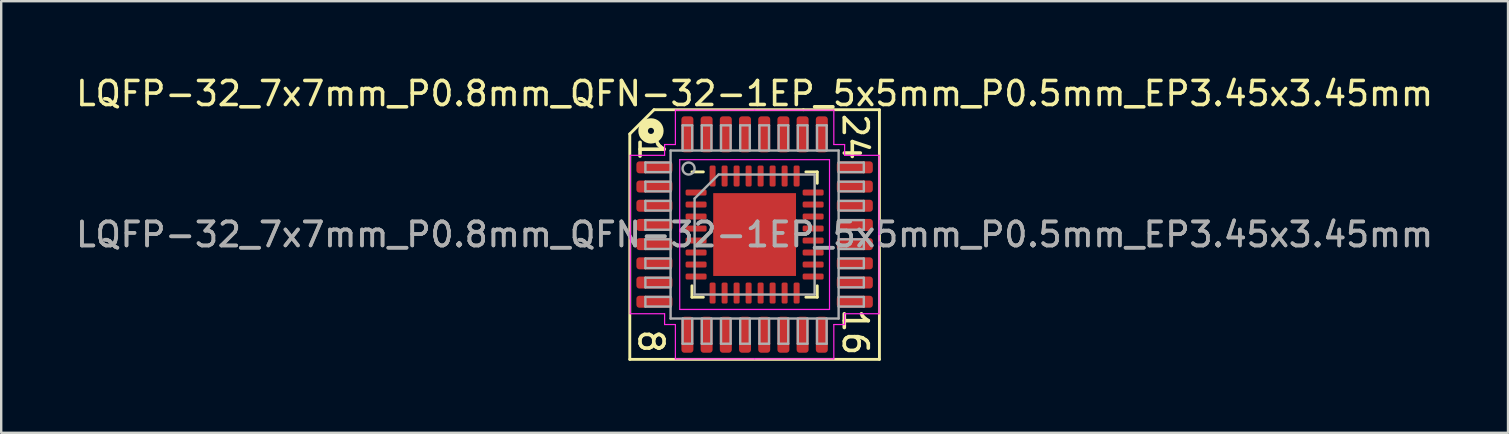
<source format=kicad_pcb>
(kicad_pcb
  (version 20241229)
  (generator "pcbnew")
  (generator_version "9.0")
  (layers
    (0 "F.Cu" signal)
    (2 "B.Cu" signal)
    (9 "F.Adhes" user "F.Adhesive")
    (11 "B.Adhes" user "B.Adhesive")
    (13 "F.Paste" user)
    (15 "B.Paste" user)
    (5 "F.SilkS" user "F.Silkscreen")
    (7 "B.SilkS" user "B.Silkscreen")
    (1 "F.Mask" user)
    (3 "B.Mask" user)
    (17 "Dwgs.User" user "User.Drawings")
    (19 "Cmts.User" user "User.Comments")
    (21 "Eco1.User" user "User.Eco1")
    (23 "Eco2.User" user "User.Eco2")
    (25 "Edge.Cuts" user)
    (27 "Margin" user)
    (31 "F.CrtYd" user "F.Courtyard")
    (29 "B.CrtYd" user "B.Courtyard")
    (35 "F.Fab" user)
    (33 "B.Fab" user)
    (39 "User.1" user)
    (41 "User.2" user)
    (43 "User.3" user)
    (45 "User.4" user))
  (footprint "LQFP-32_7x7mm_P0.8mm_QFN-32-1EP_5x5mm_P0.5mm_EP3.45x3.45mm"
    (layer "F.Cu")
    (at 28.387 6.721)
    (property "Reference" "LQFP-32_7x7mm_P0.8mm_QFN-32-1EP_5x5mm_P0.5mm_EP3.45x3.45mm" (at 0 -5.873 0) (layer "F.SilkS") (effects (font (size 1 1) (thickness 0.15))))
    (attr smd)
    (fp_line (start -5.2 -4.191) (end -5.2 5.2) (stroke (width 0.12) (type solid)) (layer "F.SilkS"))
    (fp_line (start -5.2 5.2) (end 5.2 5.2) (stroke (width 0.12) (type solid)) (layer "F.SilkS"))
    (fp_line (start -4.191 -5.2) (end -5.2 -4.191) (stroke (width 0.12) (type solid)) (layer "F.SilkS"))
    (fp_line (start -2.61 2.61) (end -2.61 2.135) (stroke (width 0.12) (type solid)) (layer "F.SilkS"))
    (fp_line (start -2.135 -2.61) (end -2.61 -2.61) (stroke (width 0.12) (type solid)) (layer "F.SilkS"))
    (fp_line (start -2.135 2.61) (end -2.61 2.61) (stroke (width 0.12) (type solid)) (layer "F.SilkS"))
    (fp_line (start 2.032 -5.2) (end -4.191 -5.2) (stroke (width 0.12) (type solid)) (layer "F.SilkS"))
    (fp_line (start 2.135 -2.61) (end 2.61 -2.61) (stroke (width 0.12) (type solid)) (layer "F.SilkS"))
    (fp_line (start 2.135 2.61) (end 2.61 2.61) (stroke (width 0.12) (type solid)) (layer "F.SilkS"))
    (fp_line (start 2.61 -2.61) (end 2.61 -2.135) (stroke (width 0.12) (type solid)) (layer "F.SilkS"))
    (fp_line (start 2.61 2.61) (end 2.61 2.135) (stroke (width 0.12) (type solid)) (layer "F.SilkS"))
    (fp_line (start 5.2 -5.2) (end 2.032 -5.2) (stroke (width 0.12) (type solid)) (layer "F.SilkS"))
    (fp_line (start 5.2 5.2) (end 5.2 -5.2) (stroke (width 0.12) (type solid)) (layer "F.SilkS"))
    (fp_circle (center -4.318 -4.318) (end -4.191 -4.318) (stroke (width 0.4) (type solid)) (fill no) (layer "F.SilkS"))
    (fp_line (start -5.18 -3.3) (end -5.18 0) (stroke (width 0.05) (type solid)) (layer "F.CrtYd"))
    (fp_line (start -5.18 3.3) (end -5.18 0) (stroke (width 0.05) (type solid)) (layer "F.CrtYd"))
    (fp_line (start -3.75 -3.75) (end -3.75 -3.3) (stroke (width 0.05) (type solid)) (layer "F.CrtYd"))
    (fp_line (start -3.75 -3.3) (end -5.18 -3.3) (stroke (width 0.05) (type solid)) (layer "F.CrtYd"))
    (fp_line (start -3.75 3.3) (end -5.18 3.3) (stroke (width 0.05) (type solid)) (layer "F.CrtYd"))
    (fp_line (start -3.75 3.75) (end -3.75 3.3) (stroke (width 0.05) (type solid)) (layer "F.CrtYd"))
    (fp_line (start -3.3 -5.18) (end -3.3 -3.75) (stroke (width 0.05) (type solid)) (layer "F.CrtYd"))
    (fp_line (start -3.3 -3.75) (end -3.75 -3.75) (stroke (width 0.05) (type solid)) (layer "F.CrtYd"))
    (fp_line (start -3.3 3.75) (end -3.75 3.75) (stroke (width 0.05) (type solid)) (layer "F.CrtYd"))
    (fp_line (start -3.3 5.18) (end -3.3 3.75) (stroke (width 0.05) (type solid)) (layer "F.CrtYd"))
    (fp_line (start -3.12 -3.12) (end -3.12 3.12) (stroke (width 0.05) (type solid)) (layer "F.CrtYd"))
    (fp_line (start -3.12 3.12) (end 3.12 3.12) (stroke (width 0.05) (type solid)) (layer "F.CrtYd"))
    (fp_line (start 0 -5.18) (end -3.3 -5.18) (stroke (width 0.05) (type solid)) (layer "F.CrtYd"))
    (fp_line (start 0 -5.18) (end 3.3 -5.18) (stroke (width 0.05) (type solid)) (layer "F.CrtYd"))
    (fp_line (start 0 5.18) (end -3.3 5.18) (stroke (width 0.05) (type solid)) (layer "F.CrtYd"))
    (fp_line (start 0 5.18) (end 3.3 5.18) (stroke (width 0.05) (type solid)) (layer "F.CrtYd"))
    (fp_line (start 3.12 -3.12) (end -3.12 -3.12) (stroke (width 0.05) (type solid)) (layer "F.CrtYd"))
    (fp_line (start 3.12 3.12) (end 3.12 -3.12) (stroke (width 0.05) (type solid)) (layer "F.CrtYd"))
    (fp_line (start 3.3 -5.18) (end 3.3 -3.75) (stroke (width 0.05) (type solid)) (layer "F.CrtYd"))
    (fp_line (start 3.3 -3.75) (end 3.75 -3.75) (stroke (width 0.05) (type solid)) (layer "F.CrtYd"))
    (fp_line (start 3.3 3.75) (end 3.75 3.75) (stroke (width 0.05) (type solid)) (layer "F.CrtYd"))
    (fp_line (start 3.3 5.18) (end 3.3 3.75) (stroke (width 0.05) (type solid)) (layer "F.CrtYd"))
    (fp_line (start 3.75 -3.75) (end 3.75 -3.3) (stroke (width 0.05) (type solid)) (layer "F.CrtYd"))
    (fp_line (start 3.75 -3.3) (end 5.18 -3.3) (stroke (width 0.05) (type solid)) (layer "F.CrtYd"))
    (fp_line (start 3.75 3.3) (end 5.18 3.3) (stroke (width 0.05) (type solid)) (layer "F.CrtYd"))
    (fp_line (start 3.75 3.75) (end 3.75 3.3) (stroke (width 0.05) (type solid)) (layer "F.CrtYd"))
    (fp_line (start 5.18 -3.3) (end 5.18 0) (stroke (width 0.05) (type solid)) (layer "F.CrtYd"))
    (fp_line (start 5.18 3.3) (end 5.18 0) (stroke (width 0.05) (type solid)) (layer "F.CrtYd"))
    (fp_line (start -4.55 -3) (end -4.55 -2.6) (stroke (width 0.1) (type solid)) (layer "F.Fab"))
    (fp_line (start -4.55 -3) (end -3.5 -3) (stroke (width 0.1) (type solid)) (layer "F.Fab"))
    (fp_line (start -4.55 -2.6) (end -3.5 -2.6) (stroke (width 0.1) (type solid)) (layer "F.Fab"))
    (fp_line (start -4.55 -2.2) (end -4.55 -1.8) (stroke (width 0.1) (type solid)) (layer "F.Fab"))
    (fp_line (start -4.55 -2.2) (end -3.5 -2.2) (stroke (width 0.1) (type solid)) (layer "F.Fab"))
    (fp_line (start -4.55 -1.8) (end -3.5 -1.8) (stroke (width 0.1) (type solid)) (layer "F.Fab"))
    (fp_line (start -4.55 -1.4) (end -4.55 -1) (stroke (width 0.1) (type solid)) (layer "F.Fab"))
    (fp_line (start -4.55 -1.4) (end -3.5 -1.4) (stroke (width 0.1) (type solid)) (layer "F.Fab"))
    (fp_line (start -4.55 -1) (end -3.5 -1) (stroke (width 0.1) (type solid)) (layer "F.Fab"))
    (fp_line (start -4.55 -0.6) (end -4.55 -0.2) (stroke (width 0.1) (type solid)) (layer "F.Fab"))
    (fp_line (start -4.55 -0.6) (end -3.5 -0.6) (stroke (width 0.1) (type solid)) (layer "F.Fab"))
    (fp_line (start -4.55 -0.2) (end -3.5 -0.2) (stroke (width 0.1) (type solid)) (layer "F.Fab"))
    (fp_line (start -4.55 0.2) (end -4.55 0.6) (stroke (width 0.1) (type solid)) (layer "F.Fab"))
    (fp_line (start -4.55 0.2) (end -3.5 0.2) (stroke (width 0.1) (type solid)) (layer "F.Fab"))
    (fp_line (start -4.55 0.6) (end -3.5 0.6) (stroke (width 0.1) (type solid)) (layer "F.Fab"))
    (fp_line (start -4.55 1) (end -4.55 1.4) (stroke (width 0.1) (type solid)) (layer "F.Fab"))
    (fp_line (start -4.55 1) (end -3.5 1) (stroke (width 0.1) (type solid)) (layer "F.Fab"))
    (fp_line (start -4.55 1.4) (end -3.5 1.4) (stroke (width 0.1) (type solid)) (layer "F.Fab"))
    (fp_line (start -4.55 1.8) (end -4.55 2.2) (stroke (width 0.1) (type solid)) (layer "F.Fab"))
    (fp_line (start -4.55 1.8) (end -3.5 1.8) (stroke (width 0.1) (type solid)) (layer "F.Fab"))
    (fp_line (start -4.55 2.2) (end -3.5 2.2) (stroke (width 0.1) (type solid)) (layer "F.Fab"))
    (fp_line (start -4.55 2.6) (end -4.55 3) (stroke (width 0.1) (type solid)) (layer "F.Fab"))
    (fp_line (start -4.55 2.6) (end -3.5 2.6) (stroke (width 0.1) (type solid)) (layer "F.Fab"))
    (fp_line (start -4.55 3) (end -3.5 3) (stroke (width 0.1) (type solid)) (layer "F.Fab"))
    (fp_line (start -3.5 -3.5) (end 3.5 -3.5) (stroke (width 0.1) (type solid)) (layer "F.Fab"))
    (fp_line (start -3.5 3.5) (end -3.5 -3.5) (stroke (width 0.1) (type solid)) (layer "F.Fab"))
    (fp_line (start -3 -4.55) (end -3 -3.5) (stroke (width 0.1) (type solid)) (layer "F.Fab"))
    (fp_line (start -3 4.55) (end -3 3.5) (stroke (width 0.1) (type solid)) (layer "F.Fab"))
    (fp_line (start -3 4.55) (end -2.6 4.55) (stroke (width 0.1) (type solid)) (layer "F.Fab"))
    (fp_line (start -2.6 -4.55) (end -3 -4.55) (stroke (width 0.1) (type solid)) (layer "F.Fab"))
    (fp_line (start -2.6 -4.55) (end -2.6 -3.5) (stroke (width 0.1) (type solid)) (layer "F.Fab"))
    (fp_line (start -2.6 4.55) (end -2.6 3.5) (stroke (width 0.1) (type solid)) (layer "F.Fab"))
    (fp_line (start -2.5 -1.5) (end -1.5 -2.5) (stroke (width 0.1) (type solid)) (layer "F.Fab"))
    (fp_line (start -2.5 2.5) (end -2.5 -1.5) (stroke (width 0.1) (type solid)) (layer "F.Fab"))
    (fp_line (start -2.2 -4.55) (end -2.2 -3.5) (stroke (width 0.1) (type solid)) (layer "F.Fab"))
    (fp_line (start -2.2 4.55) (end -2.2 3.5) (stroke (width 0.1) (type solid)) (layer "F.Fab"))
    (fp_line (start -2.2 4.55) (end -1.8 4.55) (stroke (width 0.1) (type solid)) (layer "F.Fab"))
    (fp_line (start -1.8 -4.55) (end -2.2 -4.55) (stroke (width 0.1) (type solid)) (layer "F.Fab"))
    (fp_line (start -1.8 -4.55) (end -1.8 -3.5) (stroke (width 0.1) (type solid)) (layer "F.Fab"))
    (fp_line (start -1.8 4.55) (end -1.8 3.5) (stroke (width 0.1) (type solid)) (layer "F.Fab"))
    (fp_line (start -1.5 -2.5) (end 2.5 -2.5) (stroke (width 0.1) (type solid)) (layer "F.Fab"))
    (fp_line (start -1.4 -4.55) (end -1.4 -3.5) (stroke (width 0.1) (type solid)) (layer "F.Fab"))
    (fp_line (start -1.4 4.55) (end -1.4 3.5) (stroke (width 0.1) (type solid)) (layer "F.Fab"))
    (fp_line (start -1.4 4.55) (end -1 4.55) (stroke (width 0.1) (type solid)) (layer "F.Fab"))
    (fp_line (start -1 -4.55) (end -1.4 -4.55) (stroke (width 0.1) (type solid)) (layer "F.Fab"))
    (fp_line (start -1 -4.55) (end -1 -3.5) (stroke (width 0.1) (type solid)) (layer "F.Fab"))
    (fp_line (start -1 4.55) (end -1 3.5) (stroke (width 0.1) (type solid)) (layer "F.Fab"))
    (fp_line (start -0.6 -4.55) (end -0.6 -3.5) (stroke (width 0.1) (type solid)) (layer "F.Fab"))
    (fp_line (start -0.6 4.55) (end -0.6 3.5) (stroke (width 0.1) (type solid)) (layer "F.Fab"))
    (fp_line (start -0.6 4.55) (end -0.2 4.55) (stroke (width 0.1) (type solid)) (layer "F.Fab"))
    (fp_line (start -0.2 -4.55) (end -0.6 -4.55) (stroke (width 0.1) (type solid)) (layer "F.Fab"))
    (fp_line (start -0.2 -4.55) (end -0.2 -3.5) (stroke (width 0.1) (type solid)) (layer "F.Fab"))
    (fp_line (start -0.2 4.55) (end -0.2 3.5) (stroke (width 0.1) (type solid)) (layer "F.Fab"))
    (fp_line (start 0.2 -4.55) (end 0.2 -3.5) (stroke (width 0.1) (type solid)) (layer "F.Fab"))
    (fp_line (start 0.2 4.55) (end 0.2 3.5) (stroke (width 0.1) (type solid)) (layer "F.Fab"))
    (fp_line (start 0.2 4.55) (end 0.6 4.55) (stroke (width 0.1) (type solid)) (layer "F.Fab"))
    (fp_line (start 0.6 -4.55) (end 0.2 -4.55) (stroke (width 0.1) (type solid)) (layer "F.Fab"))
    (fp_line (start 0.6 -4.55) (end 0.6 -3.5) (stroke (width 0.1) (type solid)) (layer "F.Fab"))
    (fp_line (start 0.6 4.55) (end 0.6 3.5) (stroke (width 0.1) (type solid)) (layer "F.Fab"))
    (fp_line (start 1 -4.55) (end 1 -3.5) (stroke (width 0.1) (type solid)) (layer "F.Fab"))
    (fp_line (start 1 4.55) (end 1 3.5) (stroke (width 0.1) (type solid)) (layer "F.Fab"))
    (fp_line (start 1 4.55) (end 1.4 4.55) (stroke (width 0.1) (type solid)) (layer "F.Fab"))
    (fp_line (start 1.4 -4.55) (end 1 -4.55) (stroke (width 0.1) (type solid)) (layer "F.Fab"))
    (fp_line (start 1.4 -4.55) (end 1.4 -3.5) (stroke (width 0.1) (type solid)) (layer "F.Fab"))
    (fp_line (start 1.4 4.55) (end 1.4 3.5) (stroke (width 0.1) (type solid)) (layer "F.Fab"))
    (fp_line (start 1.8 -4.55) (end 1.8 -3.5) (stroke (width 0.1) (type solid)) (layer "F.Fab"))
    (fp_line (start 1.8 4.55) (end 1.8 3.5) (stroke (width 0.1) (type solid)) (layer "F.Fab"))
    (fp_line (start 1.8 4.55) (end 2.2 4.55) (stroke (width 0.1) (type solid)) (layer "F.Fab"))
    (fp_line (start 2.2 -4.55) (end 1.8 -4.55) (stroke (width 0.1) (type solid)) (layer "F.Fab"))
    (fp_line (start 2.2 -4.55) (end 2.2 -3.5) (stroke (width 0.1) (type solid)) (layer "F.Fab"))
    (fp_line (start 2.2 4.55) (end 2.2 3.5) (stroke (width 0.1) (type solid)) (layer "F.Fab"))
    (fp_line (start 2.5 -2.5) (end 2.5 2.5) (stroke (width 0.1) (type solid)) (layer "F.Fab"))
    (fp_line (start 2.5 2.5) (end -2.5 2.5) (stroke (width 0.1) (type solid)) (layer "F.Fab"))
    (fp_line (start 2.6 -4.55) (end 2.6 -3.5) (stroke (width 0.1) (type solid)) (layer "F.Fab"))
    (fp_line (start 2.6 4.55) (end 2.6 3.5) (stroke (width 0.1) (type solid)) (layer "F.Fab"))
    (fp_line (start 2.6 4.55) (end 3 4.55) (stroke (width 0.1) (type solid)) (layer "F.Fab"))
    (fp_line (start 3 -4.55) (end 2.6 -4.55) (stroke (width 0.1) (type solid)) (layer "F.Fab"))
    (fp_line (start 3 -4.55) (end 3 -3.5) (stroke (width 0.1) (type solid)) (layer "F.Fab"))
    (fp_line (start 3 4.55) (end 3 3.5) (stroke (width 0.1) (type solid)) (layer "F.Fab"))
    (fp_line (start 3.5 -3.5) (end 3.5 3.5) (stroke (width 0.1) (type solid)) (layer "F.Fab"))
    (fp_line (start 3.5 3.5) (end -3.5 3.5) (stroke (width 0.1) (type solid)) (layer "F.Fab"))
    (fp_line (start 4.55 -3) (end 3.5 -3) (stroke (width 0.1) (type solid)) (layer "F.Fab"))
    (fp_line (start 4.55 -2.6) (end 3.5 -2.6) (stroke (width 0.1) (type solid)) (layer "F.Fab"))
    (fp_line (start 4.55 -2.6) (end 4.55 -3) (stroke (width 0.1) (type solid)) (layer "F.Fab"))
    (fp_line (start 4.55 -2.2) (end 3.5 -2.2) (stroke (width 0.1) (type solid)) (layer "F.Fab"))
    (fp_line (start 4.55 -1.8) (end 3.5 -1.8) (stroke (width 0.1) (type solid)) (layer "F.Fab"))
    (fp_line (start 4.55 -1.8) (end 4.55 -2.2) (stroke (width 0.1) (type solid)) (layer "F.Fab"))
    (fp_line (start 4.55 -1.4) (end 3.5 -1.4) (stroke (width 0.1) (type solid)) (layer "F.Fab"))
    (fp_line (start 4.55 -1) (end 3.5 -1) (stroke (width 0.1) (type solid)) (layer "F.Fab"))
    (fp_line (start 4.55 -1) (end 4.55 -1.4) (stroke (width 0.1) (type solid)) (layer "F.Fab"))
    (fp_line (start 4.55 -0.6) (end 3.5 -0.6) (stroke (width 0.1) (type solid)) (layer "F.Fab"))
    (fp_line (start 4.55 -0.2) (end 3.5 -0.2) (stroke (width 0.1) (type solid)) (layer "F.Fab"))
    (fp_line (start 4.55 -0.2) (end 4.55 -0.6) (stroke (width 0.1) (type solid)) (layer "F.Fab"))
    (fp_line (start 4.55 0.2) (end 3.5 0.2) (stroke (width 0.1) (type solid)) (layer "F.Fab"))
    (fp_line (start 4.55 0.6) (end 3.5 0.6) (stroke (width 0.1) (type solid)) (layer "F.Fab"))
    (fp_line (start 4.55 0.6) (end 4.55 0.2) (stroke (width 0.1) (type solid)) (layer "F.Fab"))
    (fp_line (start 4.55 1) (end 3.5 1) (stroke (width 0.1) (type solid)) (layer "F.Fab"))
    (fp_line (start 4.55 1.4) (end 3.5 1.4) (stroke (width 0.1) (type solid)) (layer "F.Fab"))
    (fp_line (start 4.55 1.4) (end 4.55 1) (stroke (width 0.1) (type solid)) (layer "F.Fab"))
    (fp_line (start 4.55 1.8) (end 3.5 1.8) (stroke (width 0.1) (type solid)) (layer "F.Fab"))
    (fp_line (start 4.55 2.2) (end 3.5 2.2) (stroke (width 0.1) (type solid)) (layer "F.Fab"))
    (fp_line (start 4.55 2.2) (end 4.55 1.8) (stroke (width 0.1) (type solid)) (layer "F.Fab"))
    (fp_line (start 4.55 2.6) (end 3.5 2.6) (stroke (width 0.1) (type solid)) (layer "F.Fab"))
    (fp_line (start 4.55 3) (end 3.5 3) (stroke (width 0.1) (type solid)) (layer "F.Fab"))
    (fp_line (start 4.55 3) (end 4.55 2.6) (stroke (width 0.1) (type solid)) (layer "F.Fab"))
    (fp_circle (center -2.75 -2.75) (end -2.5 -2.75) (stroke (width 0.1) (type solid)) (fill no) (layer "F.Fab"))
    (fp_text user "8" (at -4.318 4.445 270) (unlocked yes) (layer "F.SilkS") (effects (font (size 1 1) (thickness 0.15))))
    (fp_text user "1" (at -4.318 -3.556 270) (unlocked yes) (layer "F.SilkS") (effects (font (size 1 1) (thickness 0.15))))
    (fp_text user "24" (at 4.191 -4.064 270) (unlocked yes) (layer "F.SilkS") (effects (font (size 1 1) (thickness 0.15))))
    (fp_text user "16" (at 4.191 4.064 270) (unlocked yes) (layer "F.SilkS") (effects (font (size 1 1) (thickness 0.15))))
    (fp_text user "${REFERENCE}" (at 0 0 0) (layer "F.Fab") (effects (font (size 1 1) (thickness 0.15))))
    (fp_text user "${REFERENCE}" (at 0 0 0) (layer "F.Fab") (effects (font (size 1 1) (thickness 0.15))))
    (pad "" smd roundrect (at -1.15 -1.15) (size 0.93 0.93) (layers "F.Paste") (roundrect_rratio 0.25))
    (pad "" smd roundrect (at -1.15 0) (size 0.93 0.93) (layers "F.Paste") (roundrect_rratio 0.25))
    (pad "" smd roundrect (at -1.15 1.15) (size 0.93 0.93) (layers "F.Paste") (roundrect_rratio 0.25))
    (pad "" smd roundrect (at 0 -1.15) (size 0.93 0.93) (layers "F.Paste") (roundrect_rratio 0.25))
    (pad "" smd roundrect (at 0 0) (size 0.93 0.93) (layers "F.Paste") (roundrect_rratio 0.25))
    (pad "" smd roundrect (at 0 1.15) (size 0.93 0.93) (layers "F.Paste") (roundrect_rratio 0.25))
    (pad "" smd roundrect (at 1.15 -1.15) (size 0.93 0.93) (layers "F.Paste") (roundrect_rratio 0.25))
    (pad "" smd roundrect (at 1.15 0) (size 0.93 0.93) (layers "F.Paste") (roundrect_rratio 0.25))
    (pad "" smd roundrect (at 1.15 1.15) (size 0.93 0.93) (layers "F.Paste") (roundrect_rratio 0.25))
    (pad "1" smd roundrect (at -4.175 -2.8) (size 1.5 0.5) (layers "F.Cu" "F.Mask" "F.Paste") (roundrect_rratio 0.25))
    (pad "1" smd roundrect (at -2.438 -1.75) (size 0.875 0.25) (layers "F.Cu" "F.Mask" "F.Paste") (roundrect_rratio 0.25))
    (pad "2" smd roundrect (at -4.175 -2) (size 1.5 0.5) (layers "F.Cu" "F.Mask" "F.Paste") (roundrect_rratio 0.25))
    (pad "2" smd roundrect (at -2.438 -1.25) (size 0.875 0.25) (layers "F.Cu" "F.Mask" "F.Paste") (roundrect_rratio 0.25))
    (pad "3" smd roundrect (at -4.175 -1.2) (size 1.5 0.5) (layers "F.Cu" "F.Mask" "F.Paste") (roundrect_rratio 0.25))
    (pad "3" smd roundrect (at -2.438 -0.75) (size 0.875 0.25) (layers "F.Cu" "F.Mask" "F.Paste") (roundrect_rratio 0.25))
    (pad "4" smd roundrect (at -4.175 -0.4) (size 1.5 0.5) (layers "F.Cu" "F.Mask" "F.Paste") (roundrect_rratio 0.25))
    (pad "4" smd roundrect (at -2.438 -0.25) (size 0.875 0.25) (layers "F.Cu" "F.Mask" "F.Paste") (roundrect_rratio 0.25))
    (pad "5" smd roundrect (at -4.175 0.4) (size 1.5 0.5) (layers "F.Cu" "F.Mask" "F.Paste") (roundrect_rratio 0.25))
    (pad "5" smd roundrect (at -2.438 0.25) (size 0.875 0.25) (layers "F.Cu" "F.Mask" "F.Paste") (roundrect_rratio 0.25))
    (pad "6" smd roundrect (at -4.175 1.2) (size 1.5 0.5) (layers "F.Cu" "F.Mask" "F.Paste") (roundrect_rratio 0.25))
    (pad "6" smd roundrect (at -2.438 0.75) (size 0.875 0.25) (layers "F.Cu" "F.Mask" "F.Paste") (roundrect_rratio 0.25))
    (pad "7" smd roundrect (at -4.175 2) (size 1.5 0.5) (layers "F.Cu" "F.Mask" "F.Paste") (roundrect_rratio 0.25))
    (pad "7" smd roundrect (at -2.438 1.25) (size 0.875 0.25) (layers "F.Cu" "F.Mask" "F.Paste") (roundrect_rratio 0.25))
    (pad "8" smd roundrect (at -4.175 2.8) (size 1.5 0.5) (layers "F.Cu" "F.Mask" "F.Paste") (roundrect_rratio 0.25))
    (pad "8" smd roundrect (at -2.438 1.75) (size 0.875 0.25) (layers "F.Cu" "F.Mask" "F.Paste") (roundrect_rratio 0.25))
    (pad "9" smd roundrect (at -2.8 4.175) (size 0.5 1.5) (layers "F.Cu" "F.Mask" "F.Paste") (roundrect_rratio 0.25))
    (pad "9" smd roundrect (at -1.75 2.438) (size 0.25 0.875) (layers "F.Cu" "F.Mask" "F.Paste") (roundrect_rratio 0.25))
    (pad "10" smd roundrect (at -2 4.175) (size 0.5 1.5) (layers "F.Cu" "F.Mask" "F.Paste") (roundrect_rratio 0.25))
    (pad "10" smd roundrect (at -1.25 2.438) (size 0.25 0.875) (layers "F.Cu" "F.Mask" "F.Paste") (roundrect_rratio 0.25))
    (pad "11" smd roundrect (at -1.2 4.175) (size 0.5 1.5) (layers "F.Cu" "F.Mask" "F.Paste") (roundrect_rratio 0.25))
    (pad "11" smd roundrect (at -0.75 2.438) (size 0.25 0.875) (layers "F.Cu" "F.Mask" "F.Paste") (roundrect_rratio 0.25))
    (pad "12" smd roundrect (at -0.4 4.175) (size 0.5 1.5) (layers "F.Cu" "F.Mask" "F.Paste") (roundrect_rratio 0.25))
    (pad "12" smd roundrect (at -0.25 2.438) (size 0.25 0.875) (layers "F.Cu" "F.Mask" "F.Paste") (roundrect_rratio 0.25))
    (pad "13" smd roundrect (at 0.25 2.438) (size 0.25 0.875) (layers "F.Cu" "F.Mask" "F.Paste") (roundrect_rratio 0.25))
    (pad "13" smd roundrect (at 0.4 4.175) (size 0.5 1.5) (layers "F.Cu" "F.Mask" "F.Paste") (roundrect_rratio 0.25))
    (pad "14" smd roundrect (at 0.75 2.438) (size 0.25 0.875) (layers "F.Cu" "F.Mask" "F.Paste") (roundrect_rratio 0.25))
    (pad "14" smd roundrect (at 1.2 4.175) (size 0.5 1.5) (layers "F.Cu" "F.Mask" "F.Paste") (roundrect_rratio 0.25))
    (pad "15" smd roundrect (at 1.25 2.438) (size 0.25 0.875) (layers "F.Cu" "F.Mask" "F.Paste") (roundrect_rratio 0.25))
    (pad "15" smd roundrect (at 2 4.175) (size 0.5 1.5) (layers "F.Cu" "F.Mask" "F.Paste") (roundrect_rratio 0.25))
    (pad "16" smd roundrect (at 1.75 2.438) (size 0.25 0.875) (layers "F.Cu" "F.Mask" "F.Paste") (roundrect_rratio 0.25))
    (pad "16" smd roundrect (at 2.8 4.175) (size 0.5 1.5) (layers "F.Cu" "F.Mask" "F.Paste") (roundrect_rratio 0.25))
    (pad "17" smd roundrect (at 2.438 1.75) (size 0.875 0.25) (layers "F.Cu" "F.Mask" "F.Paste") (roundrect_rratio 0.25))
    (pad "17" smd roundrect (at 4.175 2.8) (size 1.5 0.5) (layers "F.Cu" "F.Mask" "F.Paste") (roundrect_rratio 0.25))
    (pad "18" smd roundrect (at 2.438 1.25) (size 0.875 0.25) (layers "F.Cu" "F.Mask" "F.Paste") (roundrect_rratio 0.25))
    (pad "18" smd roundrect (at 4.175 2) (size 1.5 0.5) (layers "F.Cu" "F.Mask" "F.Paste") (roundrect_rratio 0.25))
    (pad "19" smd roundrect (at 2.438 0.75) (size 0.875 0.25) (layers "F.Cu" "F.Mask" "F.Paste") (roundrect_rratio 0.25))
    (pad "19" smd roundrect (at 4.175 1.2) (size 1.5 0.5) (layers "F.Cu" "F.Mask" "F.Paste") (roundrect_rratio 0.25))
    (pad "20" smd roundrect (at 2.438 0.25) (size 0.875 0.25) (layers "F.Cu" "F.Mask" "F.Paste") (roundrect_rratio 0.25))
    (pad "20" smd roundrect (at 4.175 0.4) (size 1.5 0.5) (layers "F.Cu" "F.Mask" "F.Paste") (roundrect_rratio 0.25))
    (pad "21" smd roundrect (at 2.438 -0.25) (size 0.875 0.25) (layers "F.Cu" "F.Mask" "F.Paste") (roundrect_rratio 0.25))
    (pad "21" smd roundrect (at 4.175 -0.4) (size 1.5 0.5) (layers "F.Cu" "F.Mask" "F.Paste") (roundrect_rratio 0.25))
    (pad "22" smd roundrect (at 2.438 -0.75) (size 0.875 0.25) (layers "F.Cu" "F.Mask" "F.Paste") (roundrect_rratio 0.25))
    (pad "22" smd roundrect (at 4.175 -1.2) (size 1.5 0.5) (layers "F.Cu" "F.Mask" "F.Paste") (roundrect_rratio 0.25))
    (pad "23" smd roundrect (at 2.438 -1.25) (size 0.875 0.25) (layers "F.Cu" "F.Mask" "F.Paste") (roundrect_rratio 0.25))
    (pad "23" smd roundrect (at 4.175 -2) (size 1.5 0.5) (layers "F.Cu" "F.Mask" "F.Paste") (roundrect_rratio 0.25))
    (pad "24" smd roundrect (at 2.438 -1.75) (size 0.875 0.25) (layers "F.Cu" "F.Mask" "F.Paste") (roundrect_rratio 0.25))
    (pad "24" smd roundrect (at 4.175 -2.8) (size 1.5 0.5) (layers "F.Cu" "F.Mask" "F.Paste") (roundrect_rratio 0.25))
    (pad "25" smd roundrect (at 1.75 -2.438) (size 0.25 0.875) (layers "F.Cu" "F.Mask" "F.Paste") (roundrect_rratio 0.25))
    (pad "25" smd roundrect (at 2.8 -4.175) (size 0.5 1.5) (layers "F.Cu" "F.Mask" "F.Paste") (roundrect_rratio 0.25))
    (pad "26" smd roundrect (at 1.25 -2.438) (size 0.25 0.875) (layers "F.Cu" "F.Mask" "F.Paste") (roundrect_rratio 0.25))
    (pad "26" smd roundrect (at 2 -4.175) (size 0.5 1.5) (layers "F.Cu" "F.Mask" "F.Paste") (roundrect_rratio 0.25))
    (pad "27" smd roundrect (at 0.75 -2.438) (size 0.25 0.875) (layers "F.Cu" "F.Mask" "F.Paste") (roundrect_rratio 0.25))
    (pad "27" smd roundrect (at 1.2 -4.175) (size 0.5 1.5) (layers "F.Cu" "F.Mask" "F.Paste") (roundrect_rratio 0.25))
    (pad "28" smd roundrect (at 0.25 -2.438) (size 0.25 0.875) (layers "F.Cu" "F.Mask" "F.Paste") (roundrect_rratio 0.25))
    (pad "28" smd roundrect (at 0.4 -4.175) (size 0.5 1.5) (layers "F.Cu" "F.Mask" "F.Paste") (roundrect_rratio 0.25))
    (pad "29" smd roundrect (at -0.4 -4.175) (size 0.5 1.5) (layers "F.Cu" "F.Mask" "F.Paste") (roundrect_rratio 0.25))
    (pad "29" smd roundrect (at -0.25 -2.438) (size 0.25 0.875) (layers "F.Cu" "F.Mask" "F.Paste") (roundrect_rratio 0.25))
    (pad "30" smd roundrect (at -1.2 -4.175) (size 0.5 1.5) (layers "F.Cu" "F.Mask" "F.Paste") (roundrect_rratio 0.25))
    (pad "30" smd roundrect (at -0.75 -2.438) (size 0.25 0.875) (layers "F.Cu" "F.Mask" "F.Paste") (roundrect_rratio 0.25))
    (pad "31" smd roundrect (at -2 -4.175) (size 0.5 1.5) (layers "F.Cu" "F.Mask" "F.Paste") (roundrect_rratio 0.25))
    (pad "31" smd roundrect (at -1.25 -2.438) (size 0.25 0.875) (layers "F.Cu" "F.Mask" "F.Paste") (roundrect_rratio 0.25))
    (pad "32" smd roundrect (at -2.8 -4.175) (size 0.5 1.5) (layers "F.Cu" "F.Mask" "F.Paste") (roundrect_rratio 0.25))
    (pad "32" smd roundrect (at -1.75 -2.438) (size 0.25 0.875) (layers "F.Cu" "F.Mask" "F.Paste") (roundrect_rratio 0.25))
    (pad "33" smd rect (at 0 0) (size 3.45 3.45) (layers "F.Cu" "F.Mask")))
  (gr_rect
    (start -3 -3)
    (end 59.774 14.981)
    (stroke (width 0.1) (type default))
    (fill no)
    (layer "Edge.Cuts")))
</source>
